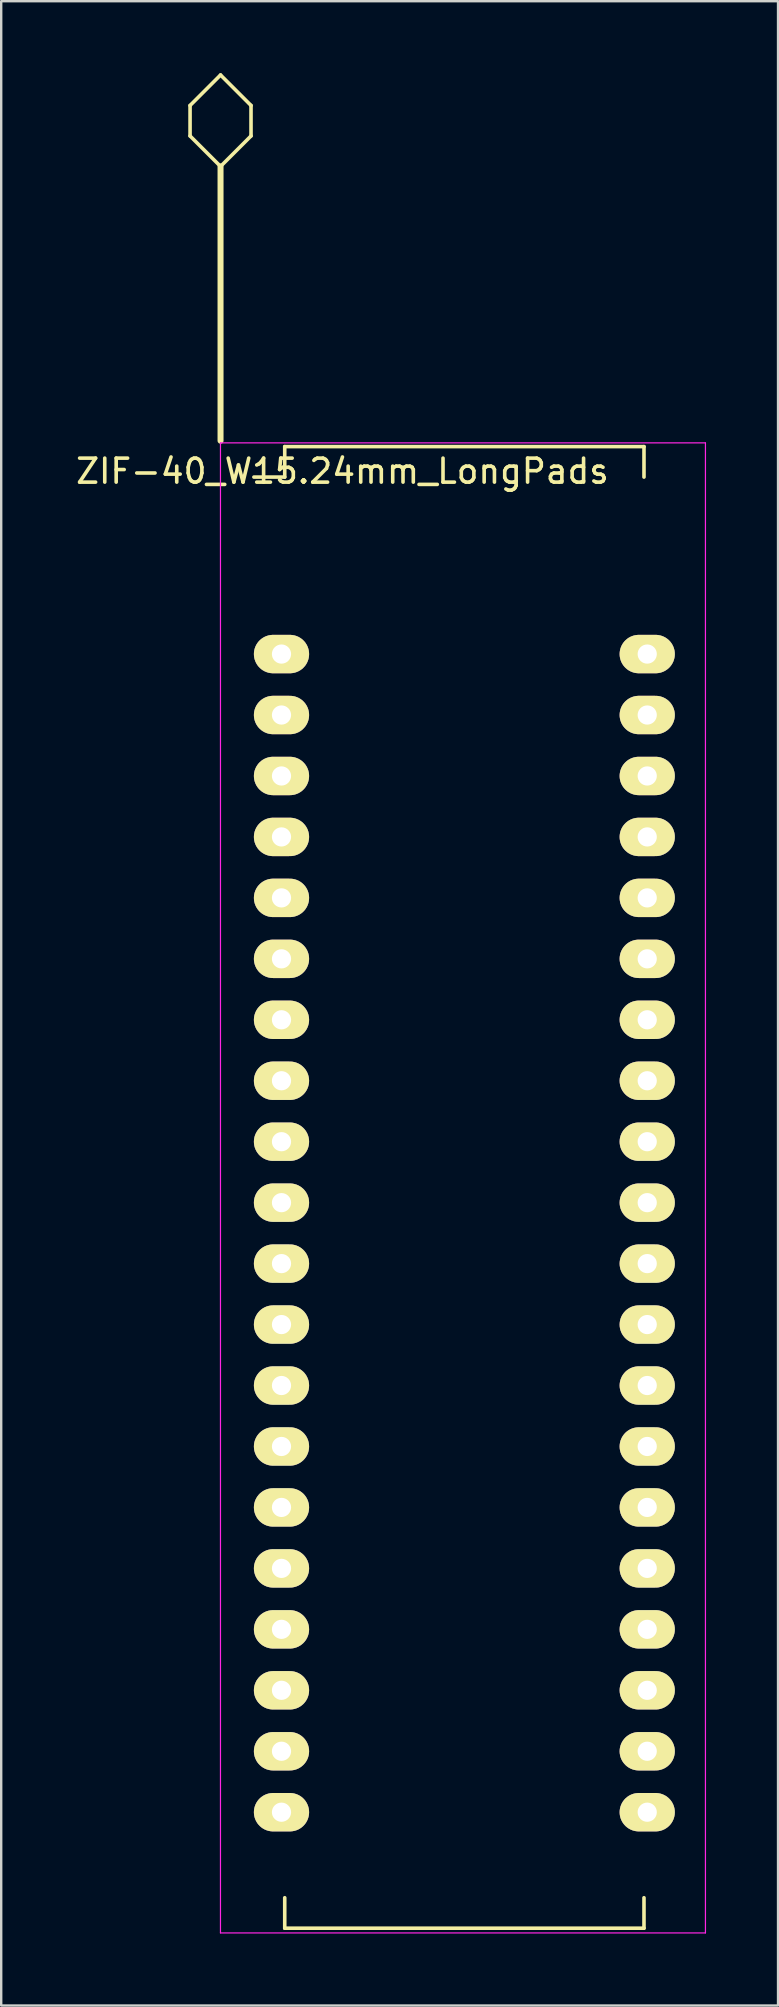
<source format=kicad_pcb>
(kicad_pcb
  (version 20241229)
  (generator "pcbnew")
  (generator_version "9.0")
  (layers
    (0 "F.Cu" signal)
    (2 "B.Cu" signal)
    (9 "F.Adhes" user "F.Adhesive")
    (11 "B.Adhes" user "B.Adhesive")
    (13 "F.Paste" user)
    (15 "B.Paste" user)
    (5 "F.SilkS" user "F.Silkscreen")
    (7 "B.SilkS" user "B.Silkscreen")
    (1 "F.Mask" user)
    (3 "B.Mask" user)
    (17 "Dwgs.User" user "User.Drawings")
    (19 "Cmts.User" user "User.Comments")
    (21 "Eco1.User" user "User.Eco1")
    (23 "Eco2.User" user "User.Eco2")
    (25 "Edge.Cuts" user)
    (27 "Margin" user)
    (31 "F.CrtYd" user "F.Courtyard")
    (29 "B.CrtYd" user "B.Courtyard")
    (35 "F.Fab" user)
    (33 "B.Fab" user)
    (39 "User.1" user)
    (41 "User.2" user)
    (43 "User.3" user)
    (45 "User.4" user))
  (footprint "ZIF-40_W15.24mm_LongPads"
    (layer "F.Cu")
    (at 8.68 24.205)
    (property "Reference" "ZIF-40_W15.24mm_LongPads" (at 2.54 -7.62 0) (layer "F.SilkS") (effects (font (size 1 1) (thickness 0.15))))
    (attr through_hole)
    (fp_line (start -3.81 -22.86) (end -3.81 -21.59) (stroke (width 0.15) (type solid)) (layer "F.SilkS"))
    (fp_line (start -3.81 -21.59) (end -2.54 -20.32) (stroke (width 0.15) (type solid)) (layer "F.SilkS"))
    (fp_line (start -2.54 -24.13) (end -3.81 -22.86) (stroke (width 0.15) (type solid)) (layer "F.SilkS"))
    (fp_line (start -2.54 -20.32) (end -1.27 -21.59) (stroke (width 0.15) (type solid)) (layer "F.SilkS"))
    (fp_line (start -2.54 -8.89) (end -2.54 -20.32) (stroke (width 0.25) (type solid)) (layer "F.SilkS"))
    (fp_line (start -1.27 -22.86) (end -2.54 -24.13) (stroke (width 0.15) (type solid)) (layer "F.SilkS"))
    (fp_line (start -1.27 -21.59) (end -1.27 -22.86) (stroke (width 0.15) (type solid)) (layer "F.SilkS"))
    (fp_line (start 0.135 -8.645) (end 0.135 -7.375) (stroke (width 0.15) (type solid)) (layer "F.SilkS"))
    (fp_line (start 0.135 -8.645) (end 15.105 -8.645) (stroke (width 0.15) (type solid)) (layer "F.SilkS"))
    (fp_line (start 0.135 -7.375) (end -1.15 -7.375) (stroke (width 0.15) (type solid)) (layer "F.SilkS"))
    (fp_line (start 0.135 53.095) (end 0.135 51.825) (stroke (width 0.15) (type solid)) (layer "F.SilkS"))
    (fp_line (start 0.135 53.095) (end 15.105 53.095) (stroke (width 0.15) (type solid)) (layer "F.SilkS"))
    (fp_line (start 15.105 -8.645) (end 15.105 -7.375) (stroke (width 0.15) (type solid)) (layer "F.SilkS"))
    (fp_line (start 15.105 53.095) (end 15.105 51.825) (stroke (width 0.15) (type solid)) (layer "F.SilkS"))
    (fp_line (start -2.543 -8.8) (end -2.543 53.29) (stroke (width 0.05) (type solid)) (layer "F.CrtYd"))
    (fp_line (start -2.543 -8.8) (end 17.666 -8.8) (stroke (width 0.05) (type solid)) (layer "F.CrtYd"))
    (fp_line (start -2.543 53.29) (end 17.666 53.29) (stroke (width 0.05) (type solid)) (layer "F.CrtYd"))
    (fp_line (start 17.666 -8.8) (end 17.666 53.29) (stroke (width 0.05) (type solid)) (layer "F.CrtYd"))
    (pad "1" thru_hole oval (at 0 0) (size 2.3 1.6) (drill 0.8) (layers "*.Cu" "*.Mask" "F.SilkS"))
    (pad "2" thru_hole oval (at 0 2.54) (size 2.3 1.6) (drill 0.8) (layers "*.Cu" "*.Mask" "F.SilkS"))
    (pad "3" thru_hole oval (at 0 5.08) (size 2.3 1.6) (drill 0.8) (layers "*.Cu" "*.Mask" "F.SilkS"))
    (pad "4" thru_hole oval (at 0 7.62) (size 2.3 1.6) (drill 0.8) (layers "*.Cu" "*.Mask" "F.SilkS"))
    (pad "5" thru_hole oval (at 0 10.16) (size 2.3 1.6) (drill 0.8) (layers "*.Cu" "*.Mask" "F.SilkS"))
    (pad "6" thru_hole oval (at 0 12.7) (size 2.3 1.6) (drill 0.8) (layers "*.Cu" "*.Mask" "F.SilkS"))
    (pad "7" thru_hole oval (at 0 15.24) (size 2.3 1.6) (drill 0.8) (layers "*.Cu" "*.Mask" "F.SilkS"))
    (pad "8" thru_hole oval (at 0 17.78) (size 2.3 1.6) (drill 0.8) (layers "*.Cu" "*.Mask" "F.SilkS"))
    (pad "9" thru_hole oval (at 0 20.32) (size 2.3 1.6) (drill 0.8) (layers "*.Cu" "*.Mask" "F.SilkS"))
    (pad "10" thru_hole oval (at 0 22.86) (size 2.3 1.6) (drill 0.8) (layers "*.Cu" "*.Mask" "F.SilkS"))
    (pad "11" thru_hole oval (at 0 25.4) (size 2.3 1.6) (drill 0.8) (layers "*.Cu" "*.Mask" "F.SilkS"))
    (pad "12" thru_hole oval (at 0 27.94) (size 2.3 1.6) (drill 0.8) (layers "*.Cu" "*.Mask" "F.SilkS"))
    (pad "13" thru_hole oval (at 0 30.48) (size 2.3 1.6) (drill 0.8) (layers "*.Cu" "*.Mask" "F.SilkS"))
    (pad "14" thru_hole oval (at 0 33.02) (size 2.3 1.6) (drill 0.8) (layers "*.Cu" "*.Mask" "F.SilkS"))
    (pad "15" thru_hole oval (at 0 35.56) (size 2.3 1.6) (drill 0.8) (layers "*.Cu" "*.Mask" "F.SilkS"))
    (pad "16" thru_hole oval (at 0 38.1) (size 2.3 1.6) (drill 0.8) (layers "*.Cu" "*.Mask" "F.SilkS"))
    (pad "17" thru_hole oval (at 0 40.64) (size 2.3 1.6) (drill 0.8) (layers "*.Cu" "*.Mask" "F.SilkS"))
    (pad "18" thru_hole oval (at 0 43.18) (size 2.3 1.6) (drill 0.8) (layers "*.Cu" "*.Mask" "F.SilkS"))
    (pad "19" thru_hole oval (at 0 45.72) (size 2.3 1.6) (drill 0.8) (layers "*.Cu" "*.Mask" "F.SilkS"))
    (pad "20" thru_hole oval (at 0 48.26) (size 2.3 1.6) (drill 0.8) (layers "*.Cu" "*.Mask" "F.SilkS"))
    (pad "21" thru_hole oval (at 15.24 48.26) (size 2.3 1.6) (drill 0.8) (layers "*.Cu" "*.Mask" "F.SilkS"))
    (pad "22" thru_hole oval (at 15.24 45.72) (size 2.3 1.6) (drill 0.8) (layers "*.Cu" "*.Mask" "F.SilkS"))
    (pad "23" thru_hole oval (at 15.24 43.18) (size 2.3 1.6) (drill 0.8) (layers "*.Cu" "*.Mask" "F.SilkS"))
    (pad "24" thru_hole oval (at 15.24 40.64) (size 2.3 1.6) (drill 0.8) (layers "*.Cu" "*.Mask" "F.SilkS"))
    (pad "25" thru_hole oval (at 15.24 38.1) (size 2.3 1.6) (drill 0.8) (layers "*.Cu" "*.Mask" "F.SilkS"))
    (pad "26" thru_hole oval (at 15.24 35.56) (size 2.3 1.6) (drill 0.8) (layers "*.Cu" "*.Mask" "F.SilkS"))
    (pad "27" thru_hole oval (at 15.24 33.02) (size 2.3 1.6) (drill 0.8) (layers "*.Cu" "*.Mask" "F.SilkS"))
    (pad "28" thru_hole oval (at 15.24 30.48) (size 2.3 1.6) (drill 0.8) (layers "*.Cu" "*.Mask" "F.SilkS"))
    (pad "29" thru_hole oval (at 15.24 27.94) (size 2.3 1.6) (drill 0.8) (layers "*.Cu" "*.Mask" "F.SilkS"))
    (pad "30" thru_hole oval (at 15.24 25.4) (size 2.3 1.6) (drill 0.8) (layers "*.Cu" "*.Mask" "F.SilkS"))
    (pad "31" thru_hole oval (at 15.24 22.86) (size 2.3 1.6) (drill 0.8) (layers "*.Cu" "*.Mask" "F.SilkS"))
    (pad "32" thru_hole oval (at 15.24 20.32) (size 2.3 1.6) (drill 0.8) (layers "*.Cu" "*.Mask" "F.SilkS"))
    (pad "33" thru_hole oval (at 15.24 17.78) (size 2.3 1.6) (drill 0.8) (layers "*.Cu" "*.Mask" "F.SilkS"))
    (pad "34" thru_hole oval (at 15.24 15.24) (size 2.3 1.6) (drill 0.8) (layers "*.Cu" "*.Mask" "F.SilkS"))
    (pad "35" thru_hole oval (at 15.24 12.7) (size 2.3 1.6) (drill 0.8) (layers "*.Cu" "*.Mask" "F.SilkS"))
    (pad "36" thru_hole oval (at 15.24 10.16) (size 2.3 1.6) (drill 0.8) (layers "*.Cu" "*.Mask" "F.SilkS"))
    (pad "37" thru_hole oval (at 15.24 7.62) (size 2.3 1.6) (drill 0.8) (layers "*.Cu" "*.Mask" "F.SilkS"))
    (pad "38" thru_hole oval (at 15.24 5.08) (size 2.3 1.6) (drill 0.8) (layers "*.Cu" "*.Mask" "F.SilkS"))
    (pad "39" thru_hole oval (at 15.24 2.54) (size 2.3 1.6) (drill 0.8) (layers "*.Cu" "*.Mask" "F.SilkS"))
    (pad "40" thru_hole oval (at 15.24 0) (size 2.3 1.6) (drill 0.8) (layers "*.Cu" "*.Mask" "F.SilkS")))
  (gr_rect
    (start -3 -3)
    (end 29.371 80.52)
    (stroke (width 0.1) (type default))
    (fill no)
    (layer "Edge.Cuts")))
</source>
